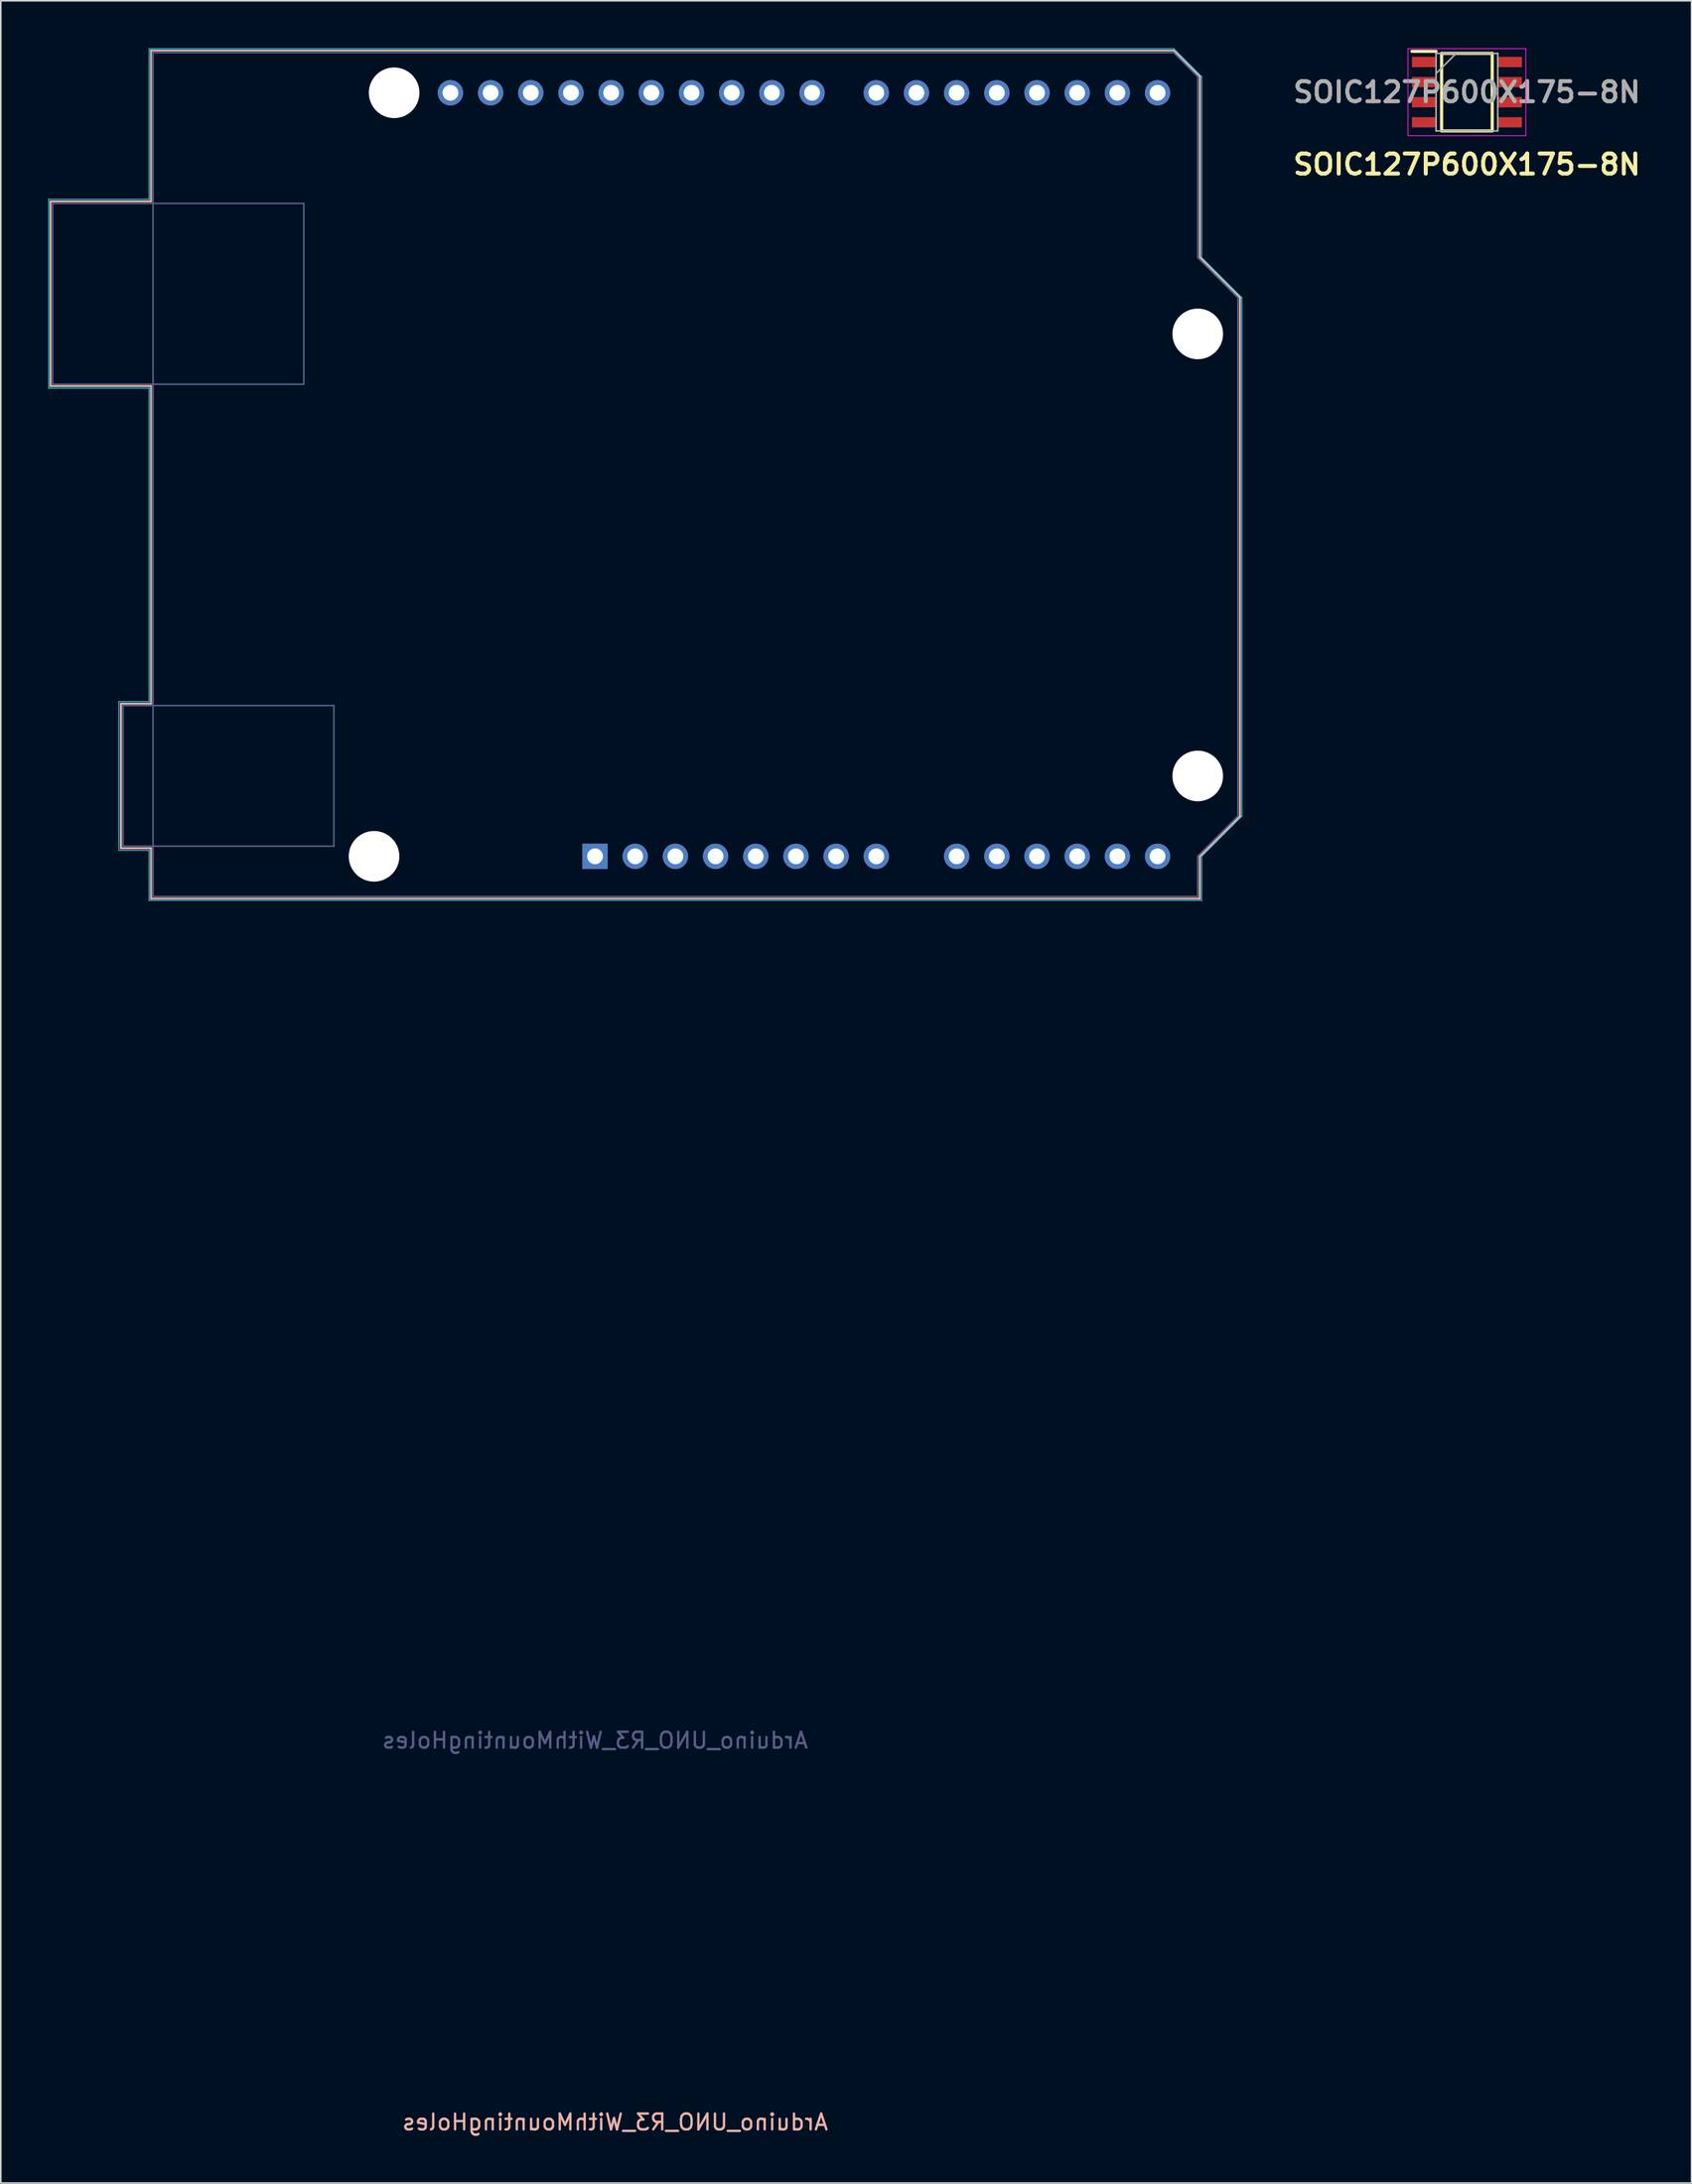
<source format=kicad_pcb>
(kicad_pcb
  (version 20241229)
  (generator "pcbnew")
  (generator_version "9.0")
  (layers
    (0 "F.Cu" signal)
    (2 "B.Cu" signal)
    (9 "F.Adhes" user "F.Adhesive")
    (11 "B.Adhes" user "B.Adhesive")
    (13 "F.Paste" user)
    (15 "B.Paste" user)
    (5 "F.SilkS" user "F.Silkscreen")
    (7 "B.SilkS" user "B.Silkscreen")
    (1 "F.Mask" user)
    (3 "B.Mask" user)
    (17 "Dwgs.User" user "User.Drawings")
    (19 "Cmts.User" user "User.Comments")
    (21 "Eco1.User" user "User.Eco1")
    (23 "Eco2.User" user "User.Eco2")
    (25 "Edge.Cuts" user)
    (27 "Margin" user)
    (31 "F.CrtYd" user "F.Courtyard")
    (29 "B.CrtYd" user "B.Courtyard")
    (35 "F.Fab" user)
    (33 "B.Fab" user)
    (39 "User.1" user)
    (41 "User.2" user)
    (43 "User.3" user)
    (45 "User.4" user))
  (footprint "Arduino_UNO_R3_WithMountingHoles"
    (layer "F.Cu")
    (at 34.565 51.075)
    (property "Reference" "Arduino_UNO_R3_WithMountingHoles" (at 1.27 80.01 180) (layer "B.SilkS") (effects (font (size 1 1) (thickness 0.15)) (justify mirror)))
    (attr through_hole)
    (fp_line (start -34.42 -41.4) (end -28.07 -41.4) (stroke (width 0.12) (type solid)) (layer "B.SilkS"))
    (fp_line (start -34.42 -29.72) (end -34.42 -41.4) (stroke (width 0.12) (type solid)) (layer "B.SilkS"))
    (fp_line (start -29.97 -9.65) (end -28.07 -9.65) (stroke (width 0.12) (type solid)) (layer "B.SilkS"))
    (fp_line (start -29.97 -0.51) (end -29.97 -9.65) (stroke (width 0.12) (type solid)) (layer "B.SilkS"))
    (fp_line (start -28.07 -50.93) (end 36.58 -50.93) (stroke (width 0.12) (type solid)) (layer "B.SilkS"))
    (fp_line (start -28.07 -41.4) (end -28.07 -50.93) (stroke (width 0.12) (type solid)) (layer "B.SilkS"))
    (fp_line (start -28.07 -29.72) (end -34.42 -29.72) (stroke (width 0.12) (type solid)) (layer "B.SilkS"))
    (fp_line (start -28.07 -9.65) (end -28.07 -29.72) (stroke (width 0.12) (type solid)) (layer "B.SilkS"))
    (fp_line (start -28.07 -0.51) (end -29.97 -0.51) (stroke (width 0.12) (type solid)) (layer "B.SilkS"))
    (fp_line (start -28.07 2.67) (end -28.07 -0.51) (stroke (width 0.12) (type solid)) (layer "B.SilkS"))
    (fp_line (start 36.58 -50.93) (end 38.23 -49.28) (stroke (width 0.12) (type solid)) (layer "B.SilkS"))
    (fp_line (start 38.23 -49.28) (end 38.23 -37.85) (stroke (width 0.12) (type solid)) (layer "B.SilkS"))
    (fp_line (start 38.23 -37.85) (end 40.77 -35.31) (stroke (width 0.12) (type solid)) (layer "B.SilkS"))
    (fp_line (start 38.23 0) (end 38.23 2.67) (stroke (width 0.12) (type solid)) (layer "B.SilkS"))
    (fp_line (start 38.23 2.67) (end -28.07 2.67) (stroke (width 0.12) (type solid)) (layer "B.SilkS"))
    (fp_line (start 40.77 -35.31) (end 40.77 -2.54) (stroke (width 0.12) (type solid)) (layer "B.SilkS"))
    (fp_line (start 40.77 -2.54) (end 38.23 0) (stroke (width 0.12) (type solid)) (layer "B.SilkS"))
    (fp_line (start -34.54 -41.53) (end -34.54 -29.59) (stroke (width 0.05) (type solid)) (layer "B.CrtYd"))
    (fp_line (start -34.54 -29.59) (end -28.19 -29.59) (stroke (width 0.05) (type solid)) (layer "B.CrtYd"))
    (fp_line (start -30.1 -9.78) (end -30.1 -0.38) (stroke (width 0.05) (type solid)) (layer "B.CrtYd"))
    (fp_line (start -30.1 -0.38) (end -28.19 -0.38) (stroke (width 0.05) (type solid)) (layer "B.CrtYd"))
    (fp_line (start -28.19 -51.05) (end -28.19 -41.53) (stroke (width 0.05) (type solid)) (layer "B.CrtYd"))
    (fp_line (start -28.19 -41.53) (end -34.54 -41.53) (stroke (width 0.05) (type solid)) (layer "B.CrtYd"))
    (fp_line (start -28.19 -29.59) (end -28.19 -9.78) (stroke (width 0.05) (type solid)) (layer "B.CrtYd"))
    (fp_line (start -28.19 -9.78) (end -30.1 -9.78) (stroke (width 0.05) (type solid)) (layer "B.CrtYd"))
    (fp_line (start -28.19 -0.38) (end -28.19 2.79) (stroke (width 0.05) (type solid)) (layer "B.CrtYd"))
    (fp_line (start -28.19 2.79) (end 38.35 2.79) (stroke (width 0.05) (type solid)) (layer "B.CrtYd"))
    (fp_line (start 36.58 -51.05) (end -28.19 -51.05) (stroke (width 0.05) (type solid)) (layer "B.CrtYd"))
    (fp_line (start 38.35 -49.28) (end 36.58 -51.05) (stroke (width 0.05) (type solid)) (layer "B.CrtYd"))
    (fp_line (start 38.35 -37.85) (end 38.35 -49.28) (stroke (width 0.05) (type solid)) (layer "B.CrtYd"))
    (fp_line (start 38.35 0) (end 40.89 -2.54) (stroke (width 0.05) (type solid)) (layer "B.CrtYd"))
    (fp_line (start 38.35 2.79) (end 38.35 0) (stroke (width 0.05) (type solid)) (layer "B.CrtYd"))
    (fp_line (start 40.89 -35.31) (end 38.35 -37.85) (stroke (width 0.05) (type solid)) (layer "B.CrtYd"))
    (fp_line (start 40.89 -2.54) (end 40.89 -35.31) (stroke (width 0.05) (type solid)) (layer "B.CrtYd"))
    (fp_line (start -34.29 -41.27) (end -34.29 -29.84) (stroke (width 0.1) (type solid)) (layer "B.Fab"))
    (fp_line (start -34.29 -29.84) (end -18.41 -29.84) (stroke (width 0.1) (type solid)) (layer "B.Fab"))
    (fp_line (start -29.84 -9.53) (end -29.84 -0.64) (stroke (width 0.1) (type solid)) (layer "B.Fab"))
    (fp_line (start -29.84 -0.64) (end -16.51 -0.64) (stroke (width 0.1) (type solid)) (layer "B.Fab"))
    (fp_line (start -27.94 -50.8) (end -27.94 2.54) (stroke (width 0.1) (type solid)) (layer "B.Fab"))
    (fp_line (start -27.94 2.54) (end 38.1 2.54) (stroke (width 0.1) (type solid)) (layer "B.Fab"))
    (fp_line (start -18.41 -41.27) (end -34.29 -41.27) (stroke (width 0.1) (type solid)) (layer "B.Fab"))
    (fp_line (start -18.41 -29.84) (end -18.41 -41.27) (stroke (width 0.1) (type solid)) (layer "B.Fab"))
    (fp_line (start -16.51 -9.53) (end -29.84 -9.53) (stroke (width 0.1) (type solid)) (layer "B.Fab"))
    (fp_line (start -16.51 -0.64) (end -16.51 -9.53) (stroke (width 0.1) (type solid)) (layer "B.Fab"))
    (fp_line (start 36.58 -50.8) (end -27.94 -50.8) (stroke (width 0.1) (type solid)) (layer "B.Fab"))
    (fp_line (start 38.1 -49.28) (end 36.58 -50.8) (stroke (width 0.1) (type solid)) (layer "B.Fab"))
    (fp_line (start 38.1 -37.85) (end 38.1 -49.28) (stroke (width 0.1) (type solid)) (layer "B.Fab"))
    (fp_line (start 38.1 0) (end 40.64 -2.54) (stroke (width 0.1) (type solid)) (layer "B.Fab"))
    (fp_line (start 38.1 2.54) (end 38.1 0) (stroke (width 0.1) (type solid)) (layer "B.Fab"))
    (fp_line (start 40.64 -35.31) (end 38.1 -37.85) (stroke (width 0.1) (type solid)) (layer "B.Fab"))
    (fp_line (start 40.64 -2.54) (end 40.64 -35.31) (stroke (width 0.1) (type solid)) (layer "B.Fab"))
    (fp_text user "${REFERENCE}" (at 0 55.88 180) (layer "B.Fab") (effects (font (size 1 1) (thickness 0.15)) (justify mirror)))
    (pad "" np_thru_hole circle (at -13.97 0 270) (size 3.2 3.2) (drill 3.2) (layers "*.Cu" "*.Mask"))
    (pad "" np_thru_hole circle (at -12.7 -48.26 270) (size 3.2 3.2) (drill 3.2) (layers "*.Cu" "*.Mask"))
    (pad "" np_thru_hole circle (at 38.1 -33.02 270) (size 3.2 3.2) (drill 3.2) (layers "*.Cu" "*.Mask"))
    (pad "" np_thru_hole circle (at 38.1 -5.08 270) (size 3.2 3.2) (drill 3.2) (layers "*.Cu" "*.Mask"))
    (pad "1" thru_hole rect (at 0 0 270) (size 1.6 1.6) (drill 1) (layers "*.Cu" "*.Mask"))
    (pad "2" thru_hole oval (at 2.54 0 270) (size 1.6 1.6) (drill 1) (layers "*.Cu" "*.Mask"))
    (pad "3" thru_hole oval (at 5.08 0 270) (size 1.6 1.6) (drill 1) (layers "*.Cu" "*.Mask"))
    (pad "4" thru_hole oval (at 7.62 0 270) (size 1.6 1.6) (drill 1) (layers "*.Cu" "*.Mask"))
    (pad "5" thru_hole oval (at 10.16 0 270) (size 1.6 1.6) (drill 1) (layers "*.Cu" "*.Mask"))
    (pad "6" thru_hole oval (at 12.7 0 270) (size 1.6 1.6) (drill 1) (layers "*.Cu" "*.Mask"))
    (pad "7" thru_hole oval (at 15.24 0 270) (size 1.6 1.6) (drill 1) (layers "*.Cu" "*.Mask"))
    (pad "8" thru_hole oval (at 17.78 0 270) (size 1.6 1.6) (drill 1) (layers "*.Cu" "*.Mask"))
    (pad "9" thru_hole oval (at 22.86 0 270) (size 1.6 1.6) (drill 1) (layers "*.Cu" "*.Mask"))
    (pad "10" thru_hole oval (at 25.4 0 270) (size 1.6 1.6) (drill 1) (layers "*.Cu" "*.Mask"))
    (pad "11" thru_hole oval (at 27.94 0 270) (size 1.6 1.6) (drill 1) (layers "*.Cu" "*.Mask"))
    (pad "12" thru_hole oval (at 30.48 0 270) (size 1.6 1.6) (drill 1) (layers "*.Cu" "*.Mask"))
    (pad "13" thru_hole oval (at 33.02 0 270) (size 1.6 1.6) (drill 1) (layers "*.Cu" "*.Mask"))
    (pad "14" thru_hole oval (at 35.56 0 270) (size 1.6 1.6) (drill 1) (layers "*.Cu" "*.Mask"))
    (pad "15" thru_hole oval (at 35.56 -48.26 270) (size 1.6 1.6) (drill 1) (layers "*.Cu" "*.Mask"))
    (pad "16" thru_hole oval (at 33.02 -48.26 270) (size 1.6 1.6) (drill 1) (layers "*.Cu" "*.Mask"))
    (pad "17" thru_hole oval (at 30.48 -48.26 270) (size 1.6 1.6) (drill 1) (layers "*.Cu" "*.Mask"))
    (pad "18" thru_hole oval (at 27.94 -48.26 270) (size 1.6 1.6) (drill 1) (layers "*.Cu" "*.Mask"))
    (pad "19" thru_hole oval (at 25.4 -48.26 270) (size 1.6 1.6) (drill 1) (layers "*.Cu" "*.Mask"))
    (pad "20" thru_hole oval (at 22.86 -48.26 270) (size 1.6 1.6) (drill 1) (layers "*.Cu" "*.Mask"))
    (pad "21" thru_hole oval (at 20.32 -48.26 270) (size 1.6 1.6) (drill 1) (layers "*.Cu" "*.Mask"))
    (pad "22" thru_hole oval (at 17.78 -48.26 270) (size 1.6 1.6) (drill 1) (layers "*.Cu" "*.Mask"))
    (pad "23" thru_hole oval (at 13.72 -48.26 270) (size 1.6 1.6) (drill 1) (layers "*.Cu" "*.Mask"))
    (pad "24" thru_hole oval (at 11.18 -48.26 270) (size 1.6 1.6) (drill 1) (layers "*.Cu" "*.Mask"))
    (pad "25" thru_hole oval (at 8.64 -48.26 270) (size 1.6 1.6) (drill 1) (layers "*.Cu" "*.Mask"))
    (pad "26" thru_hole oval (at 6.1 -48.26 270) (size 1.6 1.6) (drill 1) (layers "*.Cu" "*.Mask"))
    (pad "27" thru_hole oval (at 3.56 -48.26 270) (size 1.6 1.6) (drill 1) (layers "*.Cu" "*.Mask"))
    (pad "28" thru_hole oval (at 1.02 -48.26 270) (size 1.6 1.6) (drill 1) (layers "*.Cu" "*.Mask"))
    (pad "29" thru_hole oval (at -1.52 -48.26 270) (size 1.6 1.6) (drill 1) (layers "*.Cu" "*.Mask"))
    (pad "30" thru_hole oval (at -4.06 -48.26 270) (size 1.6 1.6) (drill 1) (layers "*.Cu" "*.Mask"))
    (pad "31" thru_hole oval (at -6.6 -48.26 270) (size 1.6 1.6) (drill 1) (layers "*.Cu" "*.Mask"))
    (pad "32" thru_hole oval (at -9.14 -48.26 270) (size 1.6 1.6) (drill 1) (layers "*.Cu" "*.Mask")))
  (footprint "SOIC127P600X175-8N"
    (layer "F.Cu")
    (at 89.68 2.775)
    (property "Reference" "SOIC127P600X175-8N" (at 0 4.572 0) (layer "F.SilkS") (effects (font (size 1.27 1.27) (thickness 0.254))))
    (attr smd)
    (fp_line (start -3.475 -2.58) (end -1.95 -2.58) (stroke (width 0.2) (type solid)) (layer "F.SilkS"))
    (fp_line (start -1.6 -2.45) (end 1.6 -2.45) (stroke (width 0.2) (type solid)) (layer "F.SilkS"))
    (fp_line (start -1.6 2.45) (end -1.6 -2.45) (stroke (width 0.2) (type solid)) (layer "F.SilkS"))
    (fp_line (start 1.6 -2.45) (end 1.6 2.45) (stroke (width 0.2) (type solid)) (layer "F.SilkS"))
    (fp_line (start 1.6 2.45) (end -1.6 2.45) (stroke (width 0.2) (type solid)) (layer "F.SilkS"))
    (fp_line (start -3.725 -2.75) (end 3.725 -2.75) (stroke (width 0.05) (type solid)) (layer "F.CrtYd"))
    (fp_line (start -3.725 2.75) (end -3.725 -2.75) (stroke (width 0.05) (type solid)) (layer "F.CrtYd"))
    (fp_line (start 3.725 -2.75) (end 3.725 2.75) (stroke (width 0.05) (type solid)) (layer "F.CrtYd"))
    (fp_line (start 3.725 2.75) (end -3.725 2.75) (stroke (width 0.05) (type solid)) (layer "F.CrtYd"))
    (fp_line (start -1.95 -2.45) (end 1.95 -2.45) (stroke (width 0.1) (type solid)) (layer "F.Fab"))
    (fp_line (start -1.95 -1.18) (end -0.68 -2.45) (stroke (width 0.1) (type solid)) (layer "F.Fab"))
    (fp_line (start -1.95 2.45) (end -1.95 -2.45) (stroke (width 0.1) (type solid)) (layer "F.Fab"))
    (fp_line (start 1.95 -2.45) (end 1.95 2.45) (stroke (width 0.1) (type solid)) (layer "F.Fab"))
    (fp_line (start 1.95 2.45) (end -1.95 2.45) (stroke (width 0.1) (type solid)) (layer "F.Fab"))
    (fp_text user "${REFERENCE}" (at 0 0 0) (layer "F.Fab") (effects (font (size 1.27 1.27) (thickness 0.254))))
    (pad "1" smd rect (at -2.712 -1.905 90) (size 0.65 1.525) (layers "F.Cu" "F.Mask" "F.Paste"))
    (pad "2" smd rect (at -2.712 -0.635 90) (size 0.65 1.525) (layers "F.Cu" "F.Mask" "F.Paste"))
    (pad "3" smd rect (at -2.712 0.635 90) (size 0.65 1.525) (layers "F.Cu" "F.Mask" "F.Paste"))
    (pad "4" smd rect (at -2.712 1.905 90) (size 0.65 1.525) (layers "F.Cu" "F.Mask" "F.Paste"))
    (pad "5" smd rect (at 2.712 1.905 90) (size 0.65 1.525) (layers "F.Cu" "F.Mask" "F.Paste"))
    (pad "6" smd rect (at 2.712 0.635 90) (size 0.65 1.525) (layers "F.Cu" "F.Mask" "F.Paste"))
    (pad "7" smd rect (at 2.712 -0.635 90) (size 0.65 1.525) (layers "F.Cu" "F.Mask" "F.Paste"))
    (pad "8" smd rect (at 2.712 -1.905 90) (size 0.65 1.525) (layers "F.Cu" "F.Mask" "F.Paste")))
  (gr_rect
    (start -3 -3)
    (end 103.88 134.933)
    (stroke (width 0.1) (type default))
    (fill no)
    (layer "Edge.Cuts")))
</source>
